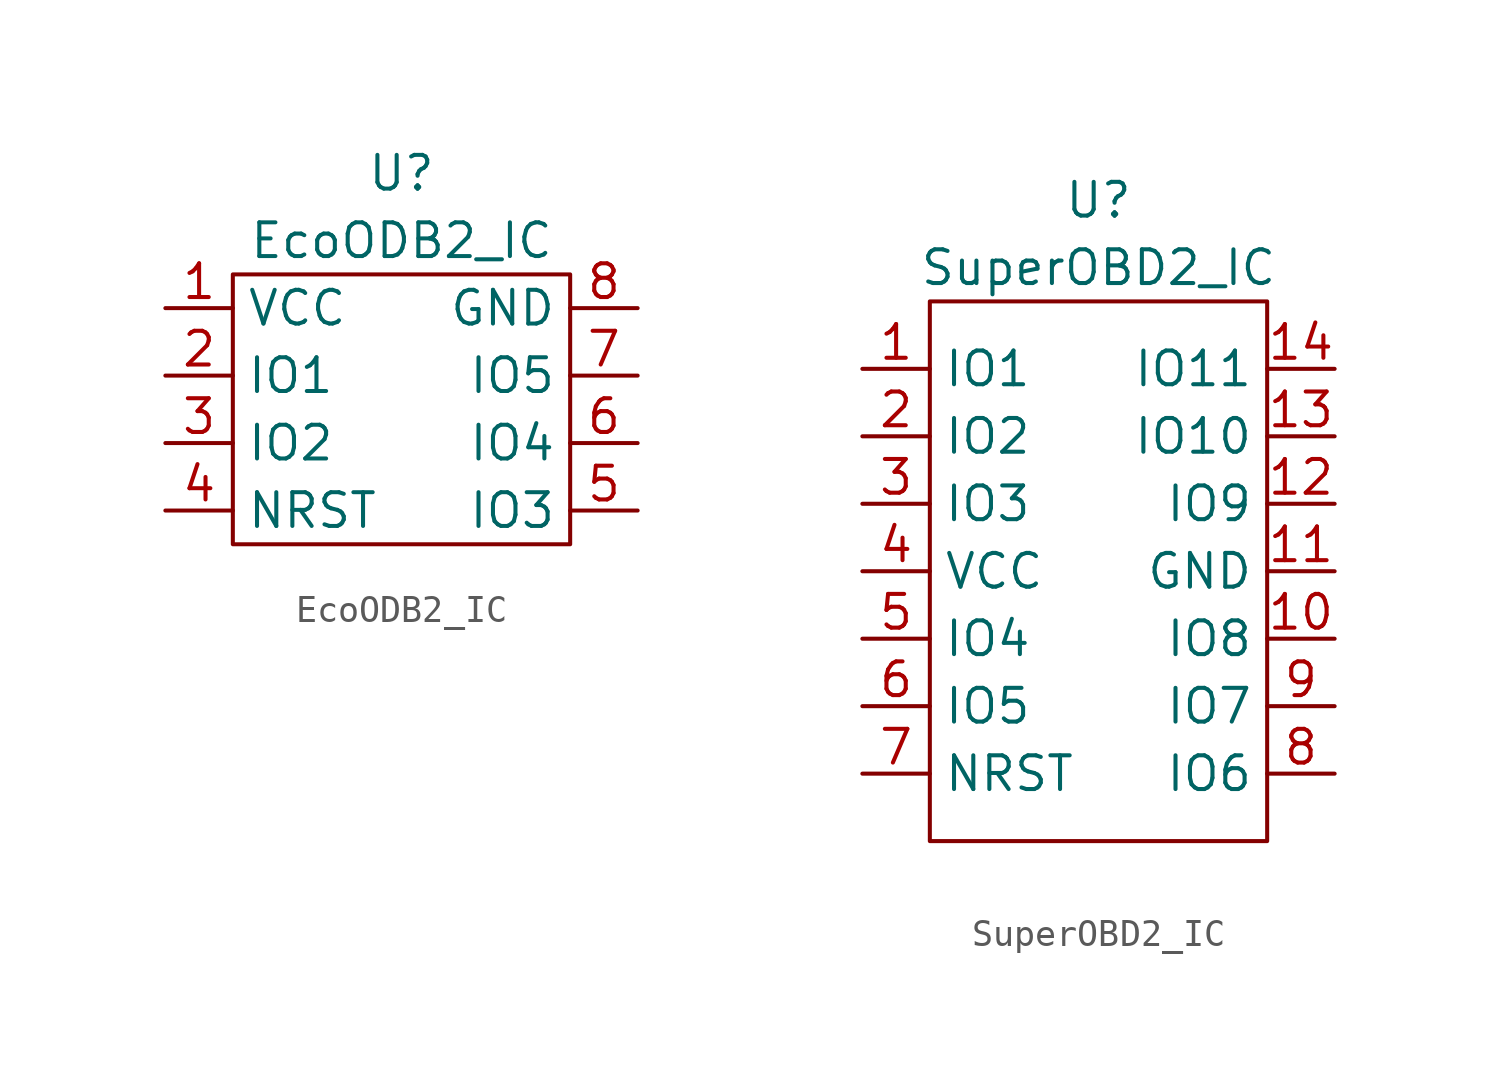
<source format=kicad_sym>
(kicad_symbol_lib
  (version 20211014)
  (generator kicad_symbol_editor)
  (symbol "EcoODB2_IC"
    (property "Reference" "U"
      (at 0 8.89 0)
      (effects (font (size 1.27 1.27))))
    (property "Value" "EcoODB2_IC"
      (at 0 6.35 0)
      (effects (font (size 1.27 1.27))))
    (symbol "EcoODB2_IC_0_1"
      (rectangle (start -6.35 5.08) (end 6.35 -5.08) (stroke (width 0.152) (type default) (color 0 0 0 0)) (fill (type none))))
    (symbol "EcoODB2_IC_1_1"
      (pin power_in line (at -8.89 3.81 0) (length 2.54) (name "VCC" (effects (font (size 1.27 1.27)))) (number "1" (effects (font (size 1.27 1.27)))))
      (pin bidirectional line (at -8.89 1.27 0) (length 2.54) (name "IO1" (effects (font (size 1.27 1.27)))) (number "2" (effects (font (size 1.27 1.27)))))
      (pin bidirectional line (at -8.89 -1.27 0) (length 2.54) (name "IO2" (effects (font (size 1.27 1.27)))) (number "3" (effects (font (size 1.27 1.27)))))
      (pin input line (at -8.89 -3.81 0) (length 2.54) (name "NRST" (effects (font (size 1.27 1.27)))) (number "4" (effects (font (size 1.27 1.27)))))
      (pin bidirectional line (at 8.89 -3.81 180) (length 2.54) (name "IO3" (effects (font (size 1.27 1.27)))) (number "5" (effects (font (size 1.27 1.27)))))
      (pin bidirectional line (at 8.89 -1.27 180) (length 2.54) (name "IO4" (effects (font (size 1.27 1.27)))) (number "6" (effects (font (size 1.27 1.27)))))
      (pin bidirectional line (at 8.89 1.27 180) (length 2.54) (name "IO5" (effects (font (size 1.27 1.27)))) (number "7" (effects (font (size 1.27 1.27)))))
      (pin power_in line (at 8.89 3.81 180) (length 2.54) (name "GND" (effects (font (size 1.27 1.27)))) (number "8" (effects (font (size 1.27 1.27)))))))
  (symbol "SuperOBD2_IC"
    (property "Reference" "U"
      (at 0 13.97 0)
      (effects (font (size 1.27 1.27))))
    (property "Value" "SuperOBD2_IC"
      (at 0 11.43 0)
      (effects (font (size 1.27 1.27))))
    (symbol "SuperOBD2_IC_0_1"
      (rectangle (start -6.35 10.16) (end 6.35 -10.16) (stroke (width 0.152) (type default) (color 0 0 0 0)) (fill (type none))))
    (symbol "SuperOBD2_IC_1_1"
      (pin bidirectional line (at -8.89 7.62 0) (length 2.54) (name "IO1" (effects (font (size 1.27 1.27)))) (number "1" (effects (font (size 1.27 1.27)))))
      (pin bidirectional line (at 8.89 -2.54 180) (length 2.54) (name "IO8" (effects (font (size 1.27 1.27)))) (number "10" (effects (font (size 1.27 1.27)))))
      (pin power_in line (at 8.89 0 180) (length 2.54) (name "GND" (effects (font (size 1.27 1.27)))) (number "11" (effects (font (size 1.27 1.27)))))
      (pin bidirectional line (at 8.89 2.54 180) (length 2.54) (name "IO9" (effects (font (size 1.27 1.27)))) (number "12" (effects (font (size 1.27 1.27)))))
      (pin bidirectional line (at 8.89 5.08 180) (length 2.54) (name "IO10" (effects (font (size 1.27 1.27)))) (number "13" (effects (font (size 1.27 1.27)))))
      (pin bidirectional line (at 8.89 7.62 180) (length 2.54) (name "IO11" (effects (font (size 1.27 1.27)))) (number "14" (effects (font (size 1.27 1.27)))))
      (pin bidirectional line (at -8.89 5.08 0) (length 2.54) (name "IO2" (effects (font (size 1.27 1.27)))) (number "2" (effects (font (size 1.27 1.27)))))
      (pin bidirectional line (at -8.89 2.54 0) (length 2.54) (name "IO3" (effects (font (size 1.27 1.27)))) (number "3" (effects (font (size 1.27 1.27)))))
      (pin power_in line (at -8.89 0 0) (length 2.54) (name "VCC" (effects (font (size 1.27 1.27)))) (number "4" (effects (font (size 1.27 1.27)))))
      (pin bidirectional line (at -8.89 -2.54 0) (length 2.54) (name "IO4" (effects (font (size 1.27 1.27)))) (number "5" (effects (font (size 1.27 1.27)))))
      (pin bidirectional line (at -8.89 -5.08 0) (length 2.54) (name "IO5" (effects (font (size 1.27 1.27)))) (number "6" (effects (font (size 1.27 1.27)))))
      (pin input line (at -8.89 -7.62 0) (length 2.54) (name "NRST" (effects (font (size 1.27 1.27)))) (number "7" (effects (font (size 1.27 1.27)))))
      (pin bidirectional line (at 8.89 -7.62 180) (length 2.54) (name "IO6" (effects (font (size 1.27 1.27)))) (number "8" (effects (font (size 1.27 1.27)))))
      (pin bidirectional line (at 8.89 -5.08 180) (length 2.54) (name "IO7" (effects (font (size 1.27 1.27)))) (number "9" (effects (font (size 1.27 1.27))))))))
</source>
